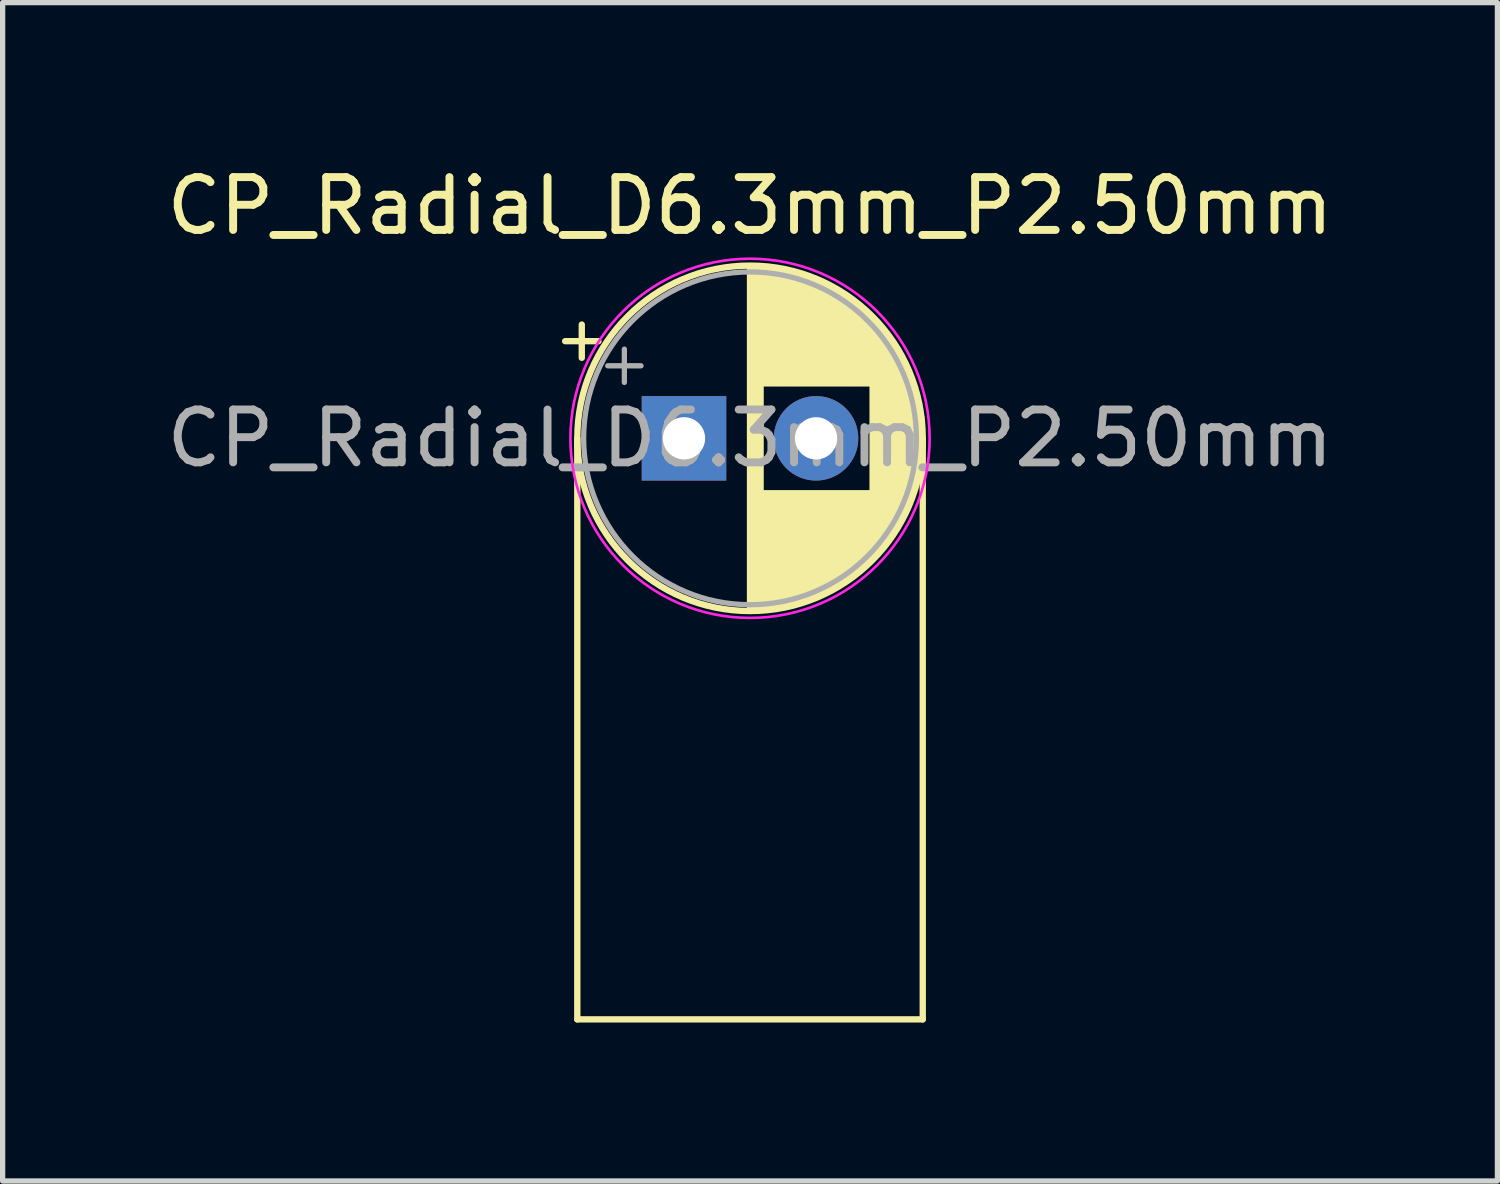
<source format=kicad_pcb>
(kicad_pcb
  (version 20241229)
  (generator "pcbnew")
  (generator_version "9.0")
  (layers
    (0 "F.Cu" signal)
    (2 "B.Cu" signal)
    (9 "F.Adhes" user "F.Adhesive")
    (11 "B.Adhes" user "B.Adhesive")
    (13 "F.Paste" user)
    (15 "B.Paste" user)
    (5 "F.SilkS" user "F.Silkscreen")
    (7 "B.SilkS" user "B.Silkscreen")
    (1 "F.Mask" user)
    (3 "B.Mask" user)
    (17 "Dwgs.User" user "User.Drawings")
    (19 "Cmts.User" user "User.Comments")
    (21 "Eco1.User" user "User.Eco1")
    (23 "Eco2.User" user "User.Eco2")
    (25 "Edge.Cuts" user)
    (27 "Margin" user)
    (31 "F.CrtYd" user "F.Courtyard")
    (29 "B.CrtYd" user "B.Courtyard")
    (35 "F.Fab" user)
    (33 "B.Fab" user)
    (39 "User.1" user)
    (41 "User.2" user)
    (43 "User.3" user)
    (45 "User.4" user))
  (footprint "CP_Radial_D6.3mm_P2.50mm"
    (layer "F.Cu")
    (at 9.899 5.248)
    (property "Reference" "CP_Radial_D6.3mm_P2.50mm" (at 1.25 -4.4 0) (layer "F.SilkS") (effects (font (size 1 1) (thickness 0.15))))
    (attr through_hole)
    (fp_line (start -2.25 -1.839) (end -1.62 -1.839) (stroke (width 0.12) (type solid)) (layer "F.SilkS"))
    (fp_line (start -2.02 0) (end -2.02 11) (stroke (width 0.12) (type solid)) (layer "F.SilkS"))
    (fp_line (start -2.02 11) (end 4.52 11) (stroke (width 0.12) (type solid)) (layer "F.SilkS"))
    (fp_line (start -1.935 -2.154) (end -1.935 -1.524) (stroke (width 0.12) (type solid)) (layer "F.SilkS"))
    (fp_line (start 1.25 -3.23) (end 1.25 3.23) (stroke (width 0.12) (type solid)) (layer "F.SilkS"))
    (fp_line (start 1.29 -3.23) (end 1.29 3.23) (stroke (width 0.12) (type solid)) (layer "F.SilkS"))
    (fp_line (start 1.33 -3.23) (end 1.33 3.23) (stroke (width 0.12) (type solid)) (layer "F.SilkS"))
    (fp_line (start 1.37 -3.228) (end 1.37 3.228) (stroke (width 0.12) (type solid)) (layer "F.SilkS"))
    (fp_line (start 1.41 -3.227) (end 1.41 3.227) (stroke (width 0.12) (type solid)) (layer "F.SilkS"))
    (fp_line (start 1.45 -3.224) (end 1.45 3.224) (stroke (width 0.12) (type solid)) (layer "F.SilkS"))
    (fp_line (start 1.49 -3.222) (end 1.49 -1.04) (stroke (width 0.12) (type solid)) (layer "F.SilkS"))
    (fp_line (start 1.49 1.04) (end 1.49 3.222) (stroke (width 0.12) (type solid)) (layer "F.SilkS"))
    (fp_line (start 1.53 -3.218) (end 1.53 -1.04) (stroke (width 0.12) (type solid)) (layer "F.SilkS"))
    (fp_line (start 1.53 1.04) (end 1.53 3.218) (stroke (width 0.12) (type solid)) (layer "F.SilkS"))
    (fp_line (start 1.57 -3.215) (end 1.57 -1.04) (stroke (width 0.12) (type solid)) (layer "F.SilkS"))
    (fp_line (start 1.57 1.04) (end 1.57 3.215) (stroke (width 0.12) (type solid)) (layer "F.SilkS"))
    (fp_line (start 1.61 -3.211) (end 1.61 -1.04) (stroke (width 0.12) (type solid)) (layer "F.SilkS"))
    (fp_line (start 1.61 1.04) (end 1.61 3.211) (stroke (width 0.12) (type solid)) (layer "F.SilkS"))
    (fp_line (start 1.65 -3.206) (end 1.65 -1.04) (stroke (width 0.12) (type solid)) (layer "F.SilkS"))
    (fp_line (start 1.65 1.04) (end 1.65 3.206) (stroke (width 0.12) (type solid)) (layer "F.SilkS"))
    (fp_line (start 1.69 -3.201) (end 1.69 -1.04) (stroke (width 0.12) (type solid)) (layer "F.SilkS"))
    (fp_line (start 1.69 1.04) (end 1.69 3.201) (stroke (width 0.12) (type solid)) (layer "F.SilkS"))
    (fp_line (start 1.73 -3.195) (end 1.73 -1.04) (stroke (width 0.12) (type solid)) (layer "F.SilkS"))
    (fp_line (start 1.73 1.04) (end 1.73 3.195) (stroke (width 0.12) (type solid)) (layer "F.SilkS"))
    (fp_line (start 1.77 -3.189) (end 1.77 -1.04) (stroke (width 0.12) (type solid)) (layer "F.SilkS"))
    (fp_line (start 1.77 1.04) (end 1.77 3.189) (stroke (width 0.12) (type solid)) (layer "F.SilkS"))
    (fp_line (start 1.81 -3.182) (end 1.81 -1.04) (stroke (width 0.12) (type solid)) (layer "F.SilkS"))
    (fp_line (start 1.81 1.04) (end 1.81 3.182) (stroke (width 0.12) (type solid)) (layer "F.SilkS"))
    (fp_line (start 1.85 -3.175) (end 1.85 -1.04) (stroke (width 0.12) (type solid)) (layer "F.SilkS"))
    (fp_line (start 1.85 1.04) (end 1.85 3.175) (stroke (width 0.12) (type solid)) (layer "F.SilkS"))
    (fp_line (start 1.89 -3.167) (end 1.89 -1.04) (stroke (width 0.12) (type solid)) (layer "F.SilkS"))
    (fp_line (start 1.89 1.04) (end 1.89 3.167) (stroke (width 0.12) (type solid)) (layer "F.SilkS"))
    (fp_line (start 1.93 -3.159) (end 1.93 -1.04) (stroke (width 0.12) (type solid)) (layer "F.SilkS"))
    (fp_line (start 1.93 1.04) (end 1.93 3.159) (stroke (width 0.12) (type solid)) (layer "F.SilkS"))
    (fp_line (start 1.971 -3.15) (end 1.971 -1.04) (stroke (width 0.12) (type solid)) (layer "F.SilkS"))
    (fp_line (start 1.971 1.04) (end 1.971 3.15) (stroke (width 0.12) (type solid)) (layer "F.SilkS"))
    (fp_line (start 2.011 -3.141) (end 2.011 -1.04) (stroke (width 0.12) (type solid)) (layer "F.SilkS"))
    (fp_line (start 2.011 1.04) (end 2.011 3.141) (stroke (width 0.12) (type solid)) (layer "F.SilkS"))
    (fp_line (start 2.051 -3.131) (end 2.051 -1.04) (stroke (width 0.12) (type solid)) (layer "F.SilkS"))
    (fp_line (start 2.051 1.04) (end 2.051 3.131) (stroke (width 0.12) (type solid)) (layer "F.SilkS"))
    (fp_line (start 2.091 -3.121) (end 2.091 -1.04) (stroke (width 0.12) (type solid)) (layer "F.SilkS"))
    (fp_line (start 2.091 1.04) (end 2.091 3.121) (stroke (width 0.12) (type solid)) (layer "F.SilkS"))
    (fp_line (start 2.131 -3.11) (end 2.131 -1.04) (stroke (width 0.12) (type solid)) (layer "F.SilkS"))
    (fp_line (start 2.131 1.04) (end 2.131 3.11) (stroke (width 0.12) (type solid)) (layer "F.SilkS"))
    (fp_line (start 2.171 -3.098) (end 2.171 -1.04) (stroke (width 0.12) (type solid)) (layer "F.SilkS"))
    (fp_line (start 2.171 1.04) (end 2.171 3.098) (stroke (width 0.12) (type solid)) (layer "F.SilkS"))
    (fp_line (start 2.211 -3.086) (end 2.211 -1.04) (stroke (width 0.12) (type solid)) (layer "F.SilkS"))
    (fp_line (start 2.211 1.04) (end 2.211 3.086) (stroke (width 0.12) (type solid)) (layer "F.SilkS"))
    (fp_line (start 2.251 -3.074) (end 2.251 -1.04) (stroke (width 0.12) (type solid)) (layer "F.SilkS"))
    (fp_line (start 2.251 1.04) (end 2.251 3.074) (stroke (width 0.12) (type solid)) (layer "F.SilkS"))
    (fp_line (start 2.291 -3.061) (end 2.291 -1.04) (stroke (width 0.12) (type solid)) (layer "F.SilkS"))
    (fp_line (start 2.291 1.04) (end 2.291 3.061) (stroke (width 0.12) (type solid)) (layer "F.SilkS"))
    (fp_line (start 2.331 -3.047) (end 2.331 -1.04) (stroke (width 0.12) (type solid)) (layer "F.SilkS"))
    (fp_line (start 2.331 1.04) (end 2.331 3.047) (stroke (width 0.12) (type solid)) (layer "F.SilkS"))
    (fp_line (start 2.371 -3.033) (end 2.371 -1.04) (stroke (width 0.12) (type solid)) (layer "F.SilkS"))
    (fp_line (start 2.371 1.04) (end 2.371 3.033) (stroke (width 0.12) (type solid)) (layer "F.SilkS"))
    (fp_line (start 2.411 -3.018) (end 2.411 -1.04) (stroke (width 0.12) (type solid)) (layer "F.SilkS"))
    (fp_line (start 2.411 1.04) (end 2.411 3.018) (stroke (width 0.12) (type solid)) (layer "F.SilkS"))
    (fp_line (start 2.451 -3.002) (end 2.451 -1.04) (stroke (width 0.12) (type solid)) (layer "F.SilkS"))
    (fp_line (start 2.451 1.04) (end 2.451 3.002) (stroke (width 0.12) (type solid)) (layer "F.SilkS"))
    (fp_line (start 2.491 -2.986) (end 2.491 -1.04) (stroke (width 0.12) (type solid)) (layer "F.SilkS"))
    (fp_line (start 2.491 1.04) (end 2.491 2.986) (stroke (width 0.12) (type solid)) (layer "F.SilkS"))
    (fp_line (start 2.531 -2.97) (end 2.531 -1.04) (stroke (width 0.12) (type solid)) (layer "F.SilkS"))
    (fp_line (start 2.531 1.04) (end 2.531 2.97) (stroke (width 0.12) (type solid)) (layer "F.SilkS"))
    (fp_line (start 2.571 -2.952) (end 2.571 -1.04) (stroke (width 0.12) (type solid)) (layer "F.SilkS"))
    (fp_line (start 2.571 1.04) (end 2.571 2.952) (stroke (width 0.12) (type solid)) (layer "F.SilkS"))
    (fp_line (start 2.611 -2.934) (end 2.611 -1.04) (stroke (width 0.12) (type solid)) (layer "F.SilkS"))
    (fp_line (start 2.611 1.04) (end 2.611 2.934) (stroke (width 0.12) (type solid)) (layer "F.SilkS"))
    (fp_line (start 2.651 -2.916) (end 2.651 -1.04) (stroke (width 0.12) (type solid)) (layer "F.SilkS"))
    (fp_line (start 2.651 1.04) (end 2.651 2.916) (stroke (width 0.12) (type solid)) (layer "F.SilkS"))
    (fp_line (start 2.691 -2.896) (end 2.691 -1.04) (stroke (width 0.12) (type solid)) (layer "F.SilkS"))
    (fp_line (start 2.691 1.04) (end 2.691 2.896) (stroke (width 0.12) (type solid)) (layer "F.SilkS"))
    (fp_line (start 2.731 -2.876) (end 2.731 -1.04) (stroke (width 0.12) (type solid)) (layer "F.SilkS"))
    (fp_line (start 2.731 1.04) (end 2.731 2.876) (stroke (width 0.12) (type solid)) (layer "F.SilkS"))
    (fp_line (start 2.771 -2.856) (end 2.771 -1.04) (stroke (width 0.12) (type solid)) (layer "F.SilkS"))
    (fp_line (start 2.771 1.04) (end 2.771 2.856) (stroke (width 0.12) (type solid)) (layer "F.SilkS"))
    (fp_line (start 2.811 -2.834) (end 2.811 -1.04) (stroke (width 0.12) (type solid)) (layer "F.SilkS"))
    (fp_line (start 2.811 1.04) (end 2.811 2.834) (stroke (width 0.12) (type solid)) (layer "F.SilkS"))
    (fp_line (start 2.851 -2.812) (end 2.851 -1.04) (stroke (width 0.12) (type solid)) (layer "F.SilkS"))
    (fp_line (start 2.851 1.04) (end 2.851 2.812) (stroke (width 0.12) (type solid)) (layer "F.SilkS"))
    (fp_line (start 2.891 -2.79) (end 2.891 -1.04) (stroke (width 0.12) (type solid)) (layer "F.SilkS"))
    (fp_line (start 2.891 1.04) (end 2.891 2.79) (stroke (width 0.12) (type solid)) (layer "F.SilkS"))
    (fp_line (start 2.931 -2.766) (end 2.931 -1.04) (stroke (width 0.12) (type solid)) (layer "F.SilkS"))
    (fp_line (start 2.931 1.04) (end 2.931 2.766) (stroke (width 0.12) (type solid)) (layer "F.SilkS"))
    (fp_line (start 2.971 -2.742) (end 2.971 -1.04) (stroke (width 0.12) (type solid)) (layer "F.SilkS"))
    (fp_line (start 2.971 1.04) (end 2.971 2.742) (stroke (width 0.12) (type solid)) (layer "F.SilkS"))
    (fp_line (start 3.011 -2.716) (end 3.011 -1.04) (stroke (width 0.12) (type solid)) (layer "F.SilkS"))
    (fp_line (start 3.011 1.04) (end 3.011 2.716) (stroke (width 0.12) (type solid)) (layer "F.SilkS"))
    (fp_line (start 3.051 -2.69) (end 3.051 -1.04) (stroke (width 0.12) (type solid)) (layer "F.SilkS"))
    (fp_line (start 3.051 1.04) (end 3.051 2.69) (stroke (width 0.12) (type solid)) (layer "F.SilkS"))
    (fp_line (start 3.091 -2.664) (end 3.091 -1.04) (stroke (width 0.12) (type solid)) (layer "F.SilkS"))
    (fp_line (start 3.091 1.04) (end 3.091 2.664) (stroke (width 0.12) (type solid)) (layer "F.SilkS"))
    (fp_line (start 3.131 -2.636) (end 3.131 -1.04) (stroke (width 0.12) (type solid)) (layer "F.SilkS"))
    (fp_line (start 3.131 1.04) (end 3.131 2.636) (stroke (width 0.12) (type solid)) (layer "F.SilkS"))
    (fp_line (start 3.171 -2.607) (end 3.171 -1.04) (stroke (width 0.12) (type solid)) (layer "F.SilkS"))
    (fp_line (start 3.171 1.04) (end 3.171 2.607) (stroke (width 0.12) (type solid)) (layer "F.SilkS"))
    (fp_line (start 3.211 -2.578) (end 3.211 -1.04) (stroke (width 0.12) (type solid)) (layer "F.SilkS"))
    (fp_line (start 3.211 1.04) (end 3.211 2.578) (stroke (width 0.12) (type solid)) (layer "F.SilkS"))
    (fp_line (start 3.251 -2.548) (end 3.251 -1.04) (stroke (width 0.12) (type solid)) (layer "F.SilkS"))
    (fp_line (start 3.251 1.04) (end 3.251 2.548) (stroke (width 0.12) (type solid)) (layer "F.SilkS"))
    (fp_line (start 3.291 -2.516) (end 3.291 -1.04) (stroke (width 0.12) (type solid)) (layer "F.SilkS"))
    (fp_line (start 3.291 1.04) (end 3.291 2.516) (stroke (width 0.12) (type solid)) (layer "F.SilkS"))
    (fp_line (start 3.331 -2.484) (end 3.331 -1.04) (stroke (width 0.12) (type solid)) (layer "F.SilkS"))
    (fp_line (start 3.331 1.04) (end 3.331 2.484) (stroke (width 0.12) (type solid)) (layer "F.SilkS"))
    (fp_line (start 3.371 -2.45) (end 3.371 -1.04) (stroke (width 0.12) (type solid)) (layer "F.SilkS"))
    (fp_line (start 3.371 1.04) (end 3.371 2.45) (stroke (width 0.12) (type solid)) (layer "F.SilkS"))
    (fp_line (start 3.411 -2.416) (end 3.411 -1.04) (stroke (width 0.12) (type solid)) (layer "F.SilkS"))
    (fp_line (start 3.411 1.04) (end 3.411 2.416) (stroke (width 0.12) (type solid)) (layer "F.SilkS"))
    (fp_line (start 3.451 -2.38) (end 3.451 -1.04) (stroke (width 0.12) (type solid)) (layer "F.SilkS"))
    (fp_line (start 3.451 1.04) (end 3.451 2.38) (stroke (width 0.12) (type solid)) (layer "F.SilkS"))
    (fp_line (start 3.491 -2.343) (end 3.491 -1.04) (stroke (width 0.12) (type solid)) (layer "F.SilkS"))
    (fp_line (start 3.491 1.04) (end 3.491 2.343) (stroke (width 0.12) (type solid)) (layer "F.SilkS"))
    (fp_line (start 3.531 -2.305) (end 3.531 -1.04) (stroke (width 0.12) (type solid)) (layer "F.SilkS"))
    (fp_line (start 3.531 1.04) (end 3.531 2.305) (stroke (width 0.12) (type solid)) (layer "F.SilkS"))
    (fp_line (start 3.571 -2.265) (end 3.571 2.265) (stroke (width 0.12) (type solid)) (layer "F.SilkS"))
    (fp_line (start 3.611 -2.224) (end 3.611 2.224) (stroke (width 0.12) (type solid)) (layer "F.SilkS"))
    (fp_line (start 3.651 -2.182) (end 3.651 2.182) (stroke (width 0.12) (type solid)) (layer "F.SilkS"))
    (fp_line (start 3.691 -2.137) (end 3.691 2.137) (stroke (width 0.12) (type solid)) (layer "F.SilkS"))
    (fp_line (start 3.731 -2.092) (end 3.731 2.092) (stroke (width 0.12) (type solid)) (layer "F.SilkS"))
    (fp_line (start 3.771 -2.044) (end 3.771 2.044) (stroke (width 0.12) (type solid)) (layer "F.SilkS"))
    (fp_line (start 3.811 -1.995) (end 3.811 1.995) (stroke (width 0.12) (type solid)) (layer "F.SilkS"))
    (fp_line (start 3.851 -1.944) (end 3.851 1.944) (stroke (width 0.12) (type solid)) (layer "F.SilkS"))
    (fp_line (start 3.891 -1.89) (end 3.891 1.89) (stroke (width 0.12) (type solid)) (layer "F.SilkS"))
    (fp_line (start 3.931 -1.834) (end 3.931 1.834) (stroke (width 0.12) (type solid)) (layer "F.SilkS"))
    (fp_line (start 3.971 -1.776) (end 3.971 1.776) (stroke (width 0.12) (type solid)) (layer "F.SilkS"))
    (fp_line (start 4.011 -1.714) (end 4.011 1.714) (stroke (width 0.12) (type solid)) (layer "F.SilkS"))
    (fp_line (start 4.051 -1.65) (end 4.051 1.65) (stroke (width 0.12) (type solid)) (layer "F.SilkS"))
    (fp_line (start 4.091 -1.581) (end 4.091 1.581) (stroke (width 0.12) (type solid)) (layer "F.SilkS"))
    (fp_line (start 4.131 -1.509) (end 4.131 1.509) (stroke (width 0.12) (type solid)) (layer "F.SilkS"))
    (fp_line (start 4.171 -1.432) (end 4.171 1.432) (stroke (width 0.12) (type solid)) (layer "F.SilkS"))
    (fp_line (start 4.211 -1.35) (end 4.211 1.35) (stroke (width 0.12) (type solid)) (layer "F.SilkS"))
    (fp_line (start 4.251 -1.262) (end 4.251 1.262) (stroke (width 0.12) (type solid)) (layer "F.SilkS"))
    (fp_line (start 4.291 -1.165) (end 4.291 1.165) (stroke (width 0.12) (type solid)) (layer "F.SilkS"))
    (fp_line (start 4.331 -1.059) (end 4.331 1.059) (stroke (width 0.12) (type solid)) (layer "F.SilkS"))
    (fp_line (start 4.371 -0.94) (end 4.371 0.94) (stroke (width 0.12) (type solid)) (layer "F.SilkS"))
    (fp_line (start 4.411 -0.802) (end 4.411 0.802) (stroke (width 0.12) (type solid)) (layer "F.SilkS"))
    (fp_line (start 4.451 -0.633) (end 4.451 0.633) (stroke (width 0.12) (type solid)) (layer "F.SilkS"))
    (fp_line (start 4.491 -0.402) (end 4.491 0.402) (stroke (width 0.12) (type solid)) (layer "F.SilkS"))
    (fp_line (start 4.52 11) (end 4.52 0) (stroke (width 0.12) (type solid)) (layer "F.SilkS"))
    (fp_circle (center 1.25 0) (end 4.52 0) (stroke (width 0.12) (type solid)) (fill no) (layer "F.SilkS"))
    (fp_circle (center 1.25 0) (end 4.65 0) (stroke (width 0.05) (type solid)) (fill no) (layer "F.CrtYd"))
    (fp_line (start -1.444 -1.373) (end -0.814 -1.373) (stroke (width 0.1) (type solid)) (layer "F.Fab"))
    (fp_line (start -1.129 -1.688) (end -1.129 -1.058) (stroke (width 0.1) (type solid)) (layer "F.Fab"))
    (fp_circle (center 1.25 0) (end 4.4 0) (stroke (width 0.1) (type solid)) (fill no) (layer "F.Fab"))
    (fp_text user "${REFERENCE}" (at 1.25 0 0) (layer "F.Fab") (effects (font (size 1 1) (thickness 0.15))))
    (pad "1" thru_hole rect (at 0 0) (size 1.6 1.6) (drill 0.8) (layers "*.Cu" "*.Mask"))
    (pad "2" thru_hole circle (at 2.5 0) (size 1.6 1.6) (drill 0.8) (layers "*.Cu" "*.Mask")))
  (gr_rect
    (start -3 -3)
    (end 25.298 19.308)
    (stroke (width 0.1) (type default))
    (fill no)
    (layer "Edge.Cuts")))
</source>
